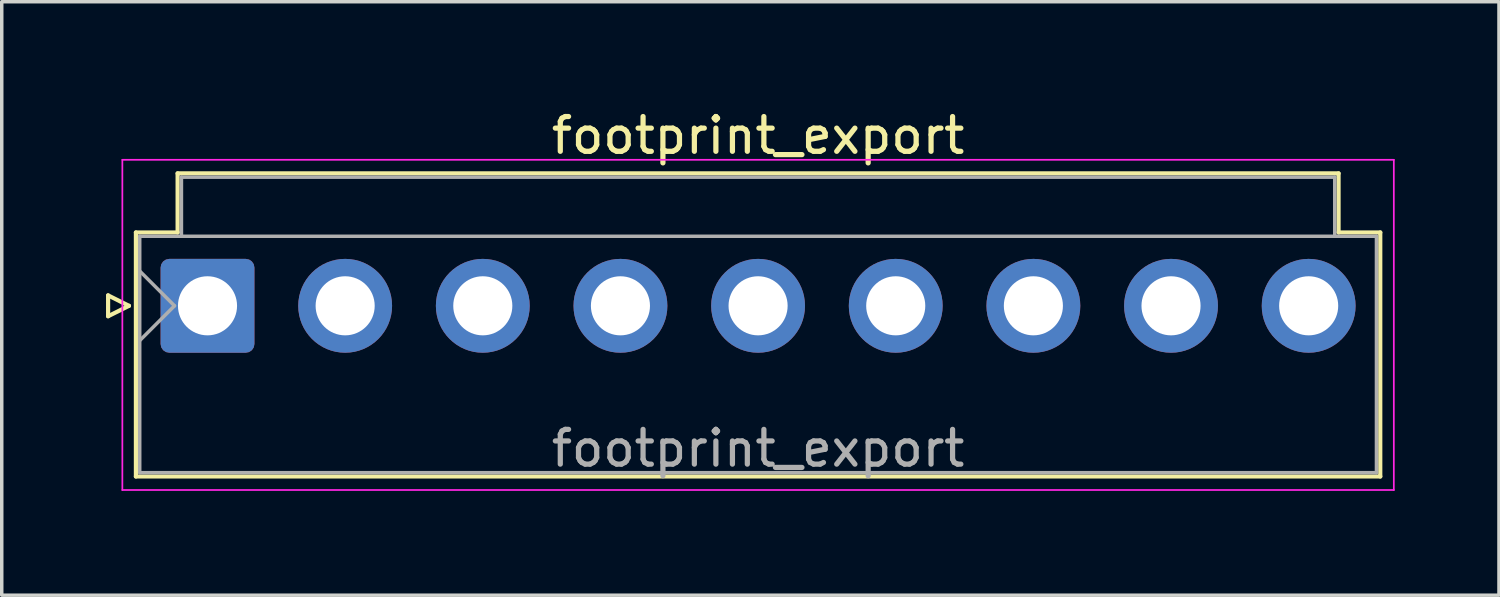
<source format=kicad_pcb>
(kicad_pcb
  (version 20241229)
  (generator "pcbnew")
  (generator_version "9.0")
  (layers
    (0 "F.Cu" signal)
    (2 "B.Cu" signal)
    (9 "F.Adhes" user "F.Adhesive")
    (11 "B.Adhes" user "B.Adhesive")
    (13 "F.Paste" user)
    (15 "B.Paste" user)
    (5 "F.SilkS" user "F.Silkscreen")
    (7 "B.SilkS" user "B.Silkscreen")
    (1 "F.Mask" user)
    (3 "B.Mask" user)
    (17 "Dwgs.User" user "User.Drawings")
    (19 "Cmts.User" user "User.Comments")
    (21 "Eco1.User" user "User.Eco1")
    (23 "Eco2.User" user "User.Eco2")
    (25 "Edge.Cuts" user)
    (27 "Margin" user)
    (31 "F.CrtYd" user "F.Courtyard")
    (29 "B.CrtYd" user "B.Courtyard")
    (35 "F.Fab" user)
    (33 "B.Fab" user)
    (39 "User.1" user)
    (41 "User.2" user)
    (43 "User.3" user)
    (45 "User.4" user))
  (footprint "footprint_export"
    (layer "F.Cu")
    (at 2.92 5.748)
    (property "Reference" "footprint_export" (at 15.84 -4.9 0) (layer "F.SilkS") (effects (font (size 1 1) (thickness 0.15))))
    (attr through_hole)
    (fp_line (start -2.86 -0.3) (end -2.26 0) (stroke (width 0.12) (type solid)) (layer "F.SilkS"))
    (fp_line (start -2.86 0.3) (end -2.86 -0.3) (stroke (width 0.12) (type solid)) (layer "F.SilkS"))
    (fp_line (start -2.26 0) (end -2.86 0.3) (stroke (width 0.12) (type solid)) (layer "F.SilkS"))
    (fp_line (start -2.06 -2.11) (end -0.86 -2.11) (stroke (width 0.12) (type solid)) (layer "F.SilkS"))
    (fp_line (start -2.06 4.91) (end -2.06 -2.11) (stroke (width 0.12) (type solid)) (layer "F.SilkS"))
    (fp_line (start -0.86 -3.81) (end 32.54 -3.81) (stroke (width 0.12) (type solid)) (layer "F.SilkS"))
    (fp_line (start -0.86 -2.11) (end -0.86 -3.81) (stroke (width 0.12) (type solid)) (layer "F.SilkS"))
    (fp_line (start 32.54 -3.81) (end 32.54 -2.11) (stroke (width 0.12) (type solid)) (layer "F.SilkS"))
    (fp_line (start 32.54 -2.11) (end 33.74 -2.11) (stroke (width 0.12) (type solid)) (layer "F.SilkS"))
    (fp_line (start 33.74 -2.11) (end 33.74 4.91) (stroke (width 0.12) (type solid)) (layer "F.SilkS"))
    (fp_line (start 33.74 4.91) (end -2.06 4.91) (stroke (width 0.12) (type solid)) (layer "F.SilkS"))
    (fp_line (start -2.45 -4.2) (end -2.45 5.3) (stroke (width 0.05) (type solid)) (layer "F.CrtYd"))
    (fp_line (start -2.45 5.3) (end 34.13 5.3) (stroke (width 0.05) (type solid)) (layer "F.CrtYd"))
    (fp_line (start 34.13 -4.2) (end -2.45 -4.2) (stroke (width 0.05) (type solid)) (layer "F.CrtYd"))
    (fp_line (start 34.13 5.3) (end 34.13 -4.2) (stroke (width 0.05) (type solid)) (layer "F.CrtYd"))
    (fp_line (start -1.95 -2) (end -1.95 4.8) (stroke (width 0.1) (type solid)) (layer "F.Fab"))
    (fp_line (start -1.95 -1) (end -0.95 0) (stroke (width 0.1) (type solid)) (layer "F.Fab"))
    (fp_line (start -1.95 1) (end -0.95 0) (stroke (width 0.1) (type solid)) (layer "F.Fab"))
    (fp_line (start -1.95 4.8) (end 33.63 4.8) (stroke (width 0.1) (type solid)) (layer "F.Fab"))
    (fp_line (start -0.75 -3.7) (end 32.43 -3.7) (stroke (width 0.1) (type solid)) (layer "F.Fab"))
    (fp_line (start -0.75 -2) (end -0.75 -3.7) (stroke (width 0.1) (type solid)) (layer "F.Fab"))
    (fp_line (start 32.43 -3.7) (end 32.43 -2) (stroke (width 0.1) (type solid)) (layer "F.Fab"))
    (fp_line (start 33.63 -2) (end -1.95 -2) (stroke (width 0.1) (type solid)) (layer "F.Fab"))
    (fp_line (start 33.63 4.8) (end 33.63 -2) (stroke (width 0.1) (type solid)) (layer "F.Fab"))
    (fp_text user "${REFERENCE}" (at 15.84 4.1 0) (layer "F.Fab") (effects (font (size 1 1) (thickness 0.15))))
    (pad "1" thru_hole roundrect (at 0 0) (size 2.7 2.7) (drill 1.7) (layers "*.Cu" "*.Mask") (roundrect_rratio 0.093))
    (pad "2" thru_hole circle (at 3.96 0) (size 2.7 2.7) (drill 1.7) (layers "*.Cu" "*.Mask"))
    (pad "3" thru_hole circle (at 7.92 0) (size 2.7 2.7) (drill 1.7) (layers "*.Cu" "*.Mask"))
    (pad "4" thru_hole circle (at 11.88 0) (size 2.7 2.7) (drill 1.7) (layers "*.Cu" "*.Mask"))
    (pad "5" thru_hole circle (at 15.84 0) (size 2.7 2.7) (drill 1.7) (layers "*.Cu" "*.Mask"))
    (pad "6" thru_hole circle (at 19.8 0) (size 2.7 2.7) (drill 1.7) (layers "*.Cu" "*.Mask"))
    (pad "7" thru_hole circle (at 23.76 0) (size 2.7 2.7) (drill 1.7) (layers "*.Cu" "*.Mask"))
    (pad "8" thru_hole circle (at 27.72 0) (size 2.7 2.7) (drill 1.7) (layers "*.Cu" "*.Mask"))
    (pad "9" thru_hole circle (at 31.68 0) (size 2.7 2.7) (drill 1.7) (layers "*.Cu" "*.Mask")))
  (gr_rect
    (start -3 -3)
    (end 40.075 14.073)
    (stroke (width 0.1) (type default))
    (fill no)
    (layer "Edge.Cuts")))
</source>
